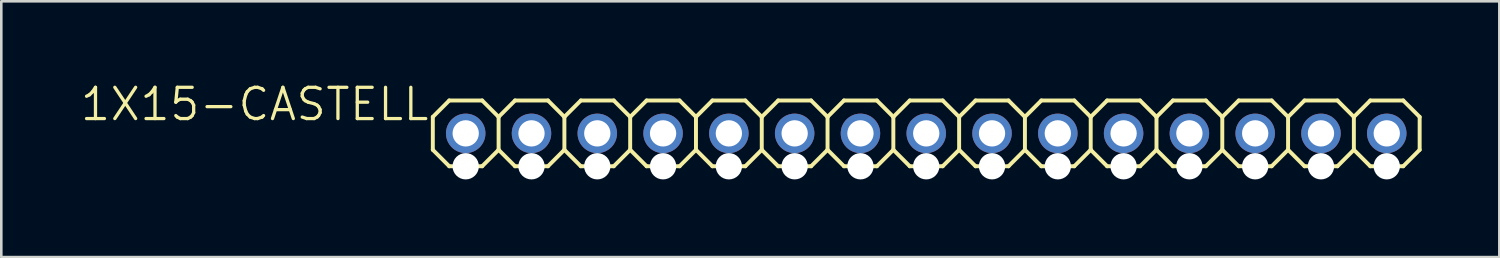
<source format=kicad_pcb>
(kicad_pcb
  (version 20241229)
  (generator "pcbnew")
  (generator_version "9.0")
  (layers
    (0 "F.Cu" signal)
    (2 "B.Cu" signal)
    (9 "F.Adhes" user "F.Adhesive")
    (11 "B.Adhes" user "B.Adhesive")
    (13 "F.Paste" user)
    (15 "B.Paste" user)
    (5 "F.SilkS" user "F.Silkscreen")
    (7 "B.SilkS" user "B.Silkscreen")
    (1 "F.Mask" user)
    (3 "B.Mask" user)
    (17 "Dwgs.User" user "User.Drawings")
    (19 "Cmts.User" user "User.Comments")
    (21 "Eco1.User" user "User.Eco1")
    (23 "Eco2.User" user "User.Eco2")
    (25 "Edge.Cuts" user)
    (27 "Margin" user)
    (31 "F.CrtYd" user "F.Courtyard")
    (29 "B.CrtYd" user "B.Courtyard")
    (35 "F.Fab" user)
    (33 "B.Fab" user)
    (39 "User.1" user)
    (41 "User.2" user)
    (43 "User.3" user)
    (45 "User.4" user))
  (footprint "1X15-CASTELL"
    (layer "F.Cu")
    (at 32.71 2.099)
    (property "Reference" "1X15-CASTELL" (at -19.126 -1.829 0) (layer "F.SilkS") (effects (font (size 1.206 1.206) (thickness 0.127)) (justify right top)))
    (attr through_hole)
    (fp_line (start -19.05 -0.635) (end -19.05 0.635) (stroke (width 0.152) (type solid)) (layer "F.SilkS"))
    (fp_line (start -19.05 0.635) (end -18.415 1.27) (stroke (width 0.152) (type solid)) (layer "F.SilkS"))
    (fp_line (start -18.415 -1.27) (end -19.05 -0.635) (stroke (width 0.152) (type solid)) (layer "F.SilkS"))
    (fp_line (start -18.415 -1.27) (end -17.145 -1.27) (stroke (width 0.152) (type solid)) (layer "F.SilkS"))
    (fp_line (start -17.145 -1.27) (end -16.51 -0.635) (stroke (width 0.152) (type solid)) (layer "F.SilkS"))
    (fp_line (start -17.145 1.27) (end -18.415 1.27) (stroke (width 0.152) (type solid)) (layer "F.SilkS"))
    (fp_line (start -16.51 -0.635) (end -16.51 0.635) (stroke (width 0.152) (type solid)) (layer "F.SilkS"))
    (fp_line (start -16.51 -0.635) (end -15.875 -1.27) (stroke (width 0.152) (type solid)) (layer "F.SilkS"))
    (fp_line (start -16.51 0.635) (end -17.145 1.27) (stroke (width 0.152) (type solid)) (layer "F.SilkS"))
    (fp_line (start -15.875 -1.27) (end -14.605 -1.27) (stroke (width 0.152) (type solid)) (layer "F.SilkS"))
    (fp_line (start -15.875 1.27) (end -16.51 0.635) (stroke (width 0.152) (type solid)) (layer "F.SilkS"))
    (fp_line (start -14.605 -1.27) (end -13.97 -0.635) (stroke (width 0.152) (type solid)) (layer "F.SilkS"))
    (fp_line (start -14.605 1.27) (end -15.875 1.27) (stroke (width 0.152) (type solid)) (layer "F.SilkS"))
    (fp_line (start -13.97 -0.635) (end -13.97 0.635) (stroke (width 0.152) (type solid)) (layer "F.SilkS"))
    (fp_line (start -13.97 -0.635) (end -13.335 -1.27) (stroke (width 0.152) (type solid)) (layer "F.SilkS"))
    (fp_line (start -13.97 0.635) (end -14.605 1.27) (stroke (width 0.152) (type solid)) (layer "F.SilkS"))
    (fp_line (start -13.335 -1.27) (end -12.065 -1.27) (stroke (width 0.152) (type solid)) (layer "F.SilkS"))
    (fp_line (start -13.335 1.27) (end -13.97 0.635) (stroke (width 0.152) (type solid)) (layer "F.SilkS"))
    (fp_line (start -12.065 -1.27) (end -11.43 -0.635) (stroke (width 0.152) (type solid)) (layer "F.SilkS"))
    (fp_line (start -12.065 1.27) (end -13.335 1.27) (stroke (width 0.152) (type solid)) (layer "F.SilkS"))
    (fp_line (start -11.43 -0.635) (end -11.43 0.635) (stroke (width 0.152) (type solid)) (layer "F.SilkS"))
    (fp_line (start -11.43 0.635) (end -12.065 1.27) (stroke (width 0.152) (type solid)) (layer "F.SilkS"))
    (fp_line (start -11.43 0.635) (end -10.795 1.27) (stroke (width 0.152) (type solid)) (layer "F.SilkS"))
    (fp_line (start -10.795 -1.27) (end -11.43 -0.635) (stroke (width 0.152) (type solid)) (layer "F.SilkS"))
    (fp_line (start -10.795 -1.27) (end -9.525 -1.27) (stroke (width 0.152) (type solid)) (layer "F.SilkS"))
    (fp_line (start -9.525 -1.27) (end -8.89 -0.635) (stroke (width 0.152) (type solid)) (layer "F.SilkS"))
    (fp_line (start -9.525 1.27) (end -10.795 1.27) (stroke (width 0.152) (type solid)) (layer "F.SilkS"))
    (fp_line (start -8.89 -0.635) (end -8.89 0.635) (stroke (width 0.152) (type solid)) (layer "F.SilkS"))
    (fp_line (start -8.89 -0.635) (end -8.255 -1.27) (stroke (width 0.152) (type solid)) (layer "F.SilkS"))
    (fp_line (start -8.89 0.635) (end -9.525 1.27) (stroke (width 0.152) (type solid)) (layer "F.SilkS"))
    (fp_line (start -8.255 -1.27) (end -6.985 -1.27) (stroke (width 0.152) (type solid)) (layer "F.SilkS"))
    (fp_line (start -8.255 1.27) (end -8.89 0.635) (stroke (width 0.152) (type solid)) (layer "F.SilkS"))
    (fp_line (start -6.985 -1.27) (end -6.35 -0.635) (stroke (width 0.152) (type solid)) (layer "F.SilkS"))
    (fp_line (start -6.985 1.27) (end -8.255 1.27) (stroke (width 0.152) (type solid)) (layer "F.SilkS"))
    (fp_line (start -6.35 -0.635) (end -6.35 0.635) (stroke (width 0.152) (type solid)) (layer "F.SilkS"))
    (fp_line (start -6.35 -0.635) (end -5.715 -1.27) (stroke (width 0.152) (type solid)) (layer "F.SilkS"))
    (fp_line (start -6.35 0.635) (end -6.985 1.27) (stroke (width 0.152) (type solid)) (layer "F.SilkS"))
    (fp_line (start -5.715 -1.27) (end -4.445 -1.27) (stroke (width 0.152) (type solid)) (layer "F.SilkS"))
    (fp_line (start -5.715 1.27) (end -6.35 0.635) (stroke (width 0.152) (type solid)) (layer "F.SilkS"))
    (fp_line (start -4.445 -1.27) (end -3.81 -0.635) (stroke (width 0.152) (type solid)) (layer "F.SilkS"))
    (fp_line (start -4.445 1.27) (end -5.715 1.27) (stroke (width 0.152) (type solid)) (layer "F.SilkS"))
    (fp_line (start -3.81 -0.635) (end -3.81 0.635) (stroke (width 0.152) (type solid)) (layer "F.SilkS"))
    (fp_line (start -3.81 0.635) (end -4.445 1.27) (stroke (width 0.152) (type solid)) (layer "F.SilkS"))
    (fp_line (start -3.81 0.635) (end -3.175 1.27) (stroke (width 0.152) (type solid)) (layer "F.SilkS"))
    (fp_line (start -3.175 -1.27) (end -3.81 -0.635) (stroke (width 0.152) (type solid)) (layer "F.SilkS"))
    (fp_line (start -3.175 -1.27) (end -1.905 -1.27) (stroke (width 0.152) (type solid)) (layer "F.SilkS"))
    (fp_line (start -1.905 -1.27) (end -1.27 -0.635) (stroke (width 0.152) (type solid)) (layer "F.SilkS"))
    (fp_line (start -1.905 1.27) (end -3.175 1.27) (stroke (width 0.152) (type solid)) (layer "F.SilkS"))
    (fp_line (start -1.27 -0.635) (end -1.27 0.635) (stroke (width 0.152) (type solid)) (layer "F.SilkS"))
    (fp_line (start -1.27 -0.635) (end -0.635 -1.27) (stroke (width 0.152) (type solid)) (layer "F.SilkS"))
    (fp_line (start -1.27 0.635) (end -1.905 1.27) (stroke (width 0.152) (type solid)) (layer "F.SilkS"))
    (fp_line (start -0.635 -1.27) (end 0.635 -1.27) (stroke (width 0.152) (type solid)) (layer "F.SilkS"))
    (fp_line (start -0.635 1.27) (end -1.27 0.635) (stroke (width 0.152) (type solid)) (layer "F.SilkS"))
    (fp_line (start 0.635 -1.27) (end 1.27 -0.635) (stroke (width 0.152) (type solid)) (layer "F.SilkS"))
    (fp_line (start 0.635 1.27) (end -0.635 1.27) (stroke (width 0.152) (type solid)) (layer "F.SilkS"))
    (fp_line (start 1.27 -0.635) (end 1.27 0.635) (stroke (width 0.152) (type solid)) (layer "F.SilkS"))
    (fp_line (start 1.27 -0.635) (end 1.905 -1.27) (stroke (width 0.152) (type solid)) (layer "F.SilkS"))
    (fp_line (start 1.27 0.635) (end 0.635 1.27) (stroke (width 0.152) (type solid)) (layer "F.SilkS"))
    (fp_line (start 1.905 -1.27) (end 3.175 -1.27) (stroke (width 0.152) (type solid)) (layer "F.SilkS"))
    (fp_line (start 1.905 1.27) (end 1.27 0.635) (stroke (width 0.152) (type solid)) (layer "F.SilkS"))
    (fp_line (start 3.175 -1.27) (end 3.81 -0.635) (stroke (width 0.152) (type solid)) (layer "F.SilkS"))
    (fp_line (start 3.175 1.27) (end 1.905 1.27) (stroke (width 0.152) (type solid)) (layer "F.SilkS"))
    (fp_line (start 3.81 -0.635) (end 3.81 0.635) (stroke (width 0.152) (type solid)) (layer "F.SilkS"))
    (fp_line (start 3.81 0.635) (end 3.175 1.27) (stroke (width 0.152) (type solid)) (layer "F.SilkS"))
    (fp_line (start 3.81 0.635) (end 4.445 1.27) (stroke (width 0.152) (type solid)) (layer "F.SilkS"))
    (fp_line (start 4.445 -1.27) (end 3.81 -0.635) (stroke (width 0.152) (type solid)) (layer "F.SilkS"))
    (fp_line (start 4.445 -1.27) (end 5.715 -1.27) (stroke (width 0.152) (type solid)) (layer "F.SilkS"))
    (fp_line (start 5.715 -1.27) (end 6.35 -0.635) (stroke (width 0.152) (type solid)) (layer "F.SilkS"))
    (fp_line (start 5.715 1.27) (end 4.445 1.27) (stroke (width 0.152) (type solid)) (layer "F.SilkS"))
    (fp_line (start 6.35 -0.635) (end 6.35 0.635) (stroke (width 0.152) (type solid)) (layer "F.SilkS"))
    (fp_line (start 6.35 -0.635) (end 6.985 -1.27) (stroke (width 0.152) (type solid)) (layer "F.SilkS"))
    (fp_line (start 6.35 0.635) (end 5.715 1.27) (stroke (width 0.152) (type solid)) (layer "F.SilkS"))
    (fp_line (start 6.985 -1.27) (end 8.255 -1.27) (stroke (width 0.152) (type solid)) (layer "F.SilkS"))
    (fp_line (start 6.985 1.27) (end 6.35 0.635) (stroke (width 0.152) (type solid)) (layer "F.SilkS"))
    (fp_line (start 8.255 -1.27) (end 8.89 -0.635) (stroke (width 0.152) (type solid)) (layer "F.SilkS"))
    (fp_line (start 8.255 1.27) (end 6.985 1.27) (stroke (width 0.152) (type solid)) (layer "F.SilkS"))
    (fp_line (start 8.89 -0.635) (end 8.89 0.635) (stroke (width 0.152) (type solid)) (layer "F.SilkS"))
    (fp_line (start 8.89 -0.635) (end 9.525 -1.27) (stroke (width 0.152) (type solid)) (layer "F.SilkS"))
    (fp_line (start 8.89 0.635) (end 8.255 1.27) (stroke (width 0.152) (type solid)) (layer "F.SilkS"))
    (fp_line (start 9.525 -1.27) (end 10.795 -1.27) (stroke (width 0.152) (type solid)) (layer "F.SilkS"))
    (fp_line (start 9.525 1.27) (end 8.89 0.635) (stroke (width 0.152) (type solid)) (layer "F.SilkS"))
    (fp_line (start 10.795 -1.27) (end 11.43 -0.635) (stroke (width 0.152) (type solid)) (layer "F.SilkS"))
    (fp_line (start 10.795 1.27) (end 9.525 1.27) (stroke (width 0.152) (type solid)) (layer "F.SilkS"))
    (fp_line (start 11.43 -0.635) (end 11.43 0.635) (stroke (width 0.152) (type solid)) (layer "F.SilkS"))
    (fp_line (start 11.43 0.635) (end 10.795 1.27) (stroke (width 0.152) (type solid)) (layer "F.SilkS"))
    (fp_line (start 11.43 0.635) (end 12.065 1.27) (stroke (width 0.152) (type solid)) (layer "F.SilkS"))
    (fp_line (start 12.065 -1.27) (end 11.43 -0.635) (stroke (width 0.152) (type solid)) (layer "F.SilkS"))
    (fp_line (start 12.065 -1.27) (end 13.335 -1.27) (stroke (width 0.152) (type solid)) (layer "F.SilkS"))
    (fp_line (start 13.335 -1.27) (end 13.97 -0.635) (stroke (width 0.152) (type solid)) (layer "F.SilkS"))
    (fp_line (start 13.335 1.27) (end 12.065 1.27) (stroke (width 0.152) (type solid)) (layer "F.SilkS"))
    (fp_line (start 13.97 -0.635) (end 13.97 0.635) (stroke (width 0.152) (type solid)) (layer "F.SilkS"))
    (fp_line (start 13.97 -0.635) (end 14.605 -1.27) (stroke (width 0.152) (type solid)) (layer "F.SilkS"))
    (fp_line (start 13.97 0.635) (end 13.335 1.27) (stroke (width 0.152) (type solid)) (layer "F.SilkS"))
    (fp_line (start 14.605 -1.27) (end 15.875 -1.27) (stroke (width 0.152) (type solid)) (layer "F.SilkS"))
    (fp_line (start 14.605 1.27) (end 13.97 0.635) (stroke (width 0.152) (type solid)) (layer "F.SilkS"))
    (fp_line (start 15.875 -1.27) (end 16.51 -0.635) (stroke (width 0.152) (type solid)) (layer "F.SilkS"))
    (fp_line (start 15.875 1.27) (end 14.605 1.27) (stroke (width 0.152) (type solid)) (layer "F.SilkS"))
    (fp_line (start 16.51 -0.635) (end 16.51 0.635) (stroke (width 0.152) (type solid)) (layer "F.SilkS"))
    (fp_line (start 16.51 -0.635) (end 17.145 -1.27) (stroke (width 0.152) (type solid)) (layer "F.SilkS"))
    (fp_line (start 16.51 0.635) (end 15.875 1.27) (stroke (width 0.152) (type solid)) (layer "F.SilkS"))
    (fp_line (start 17.145 -1.27) (end 18.415 -1.27) (stroke (width 0.152) (type solid)) (layer "F.SilkS"))
    (fp_line (start 17.145 1.27) (end 16.51 0.635) (stroke (width 0.152) (type solid)) (layer "F.SilkS"))
    (fp_line (start 18.415 -1.27) (end 19.05 -0.635) (stroke (width 0.152) (type solid)) (layer "F.SilkS"))
    (fp_line (start 18.415 1.27) (end 17.145 1.27) (stroke (width 0.152) (type solid)) (layer "F.SilkS"))
    (fp_line (start 19.05 -0.635) (end 19.05 0.635) (stroke (width 0.152) (type solid)) (layer "F.SilkS"))
    (fp_line (start 19.05 0.635) (end 18.415 1.27) (stroke (width 0.152) (type solid)) (layer "F.SilkS"))
    (fp_poly (pts (xy -18.034 0.254) (xy -17.526 0.254) (xy -17.526 -0.254) (xy -18.034 -0.254)) (stroke (width 0.1) (type solid)) (fill no) (layer "F.Fab"))
    (fp_poly (pts (xy -15.494 0.254) (xy -14.986 0.254) (xy -14.986 -0.254) (xy -15.494 -0.254)) (stroke (width 0.1) (type solid)) (fill no) (layer "F.Fab"))
    (fp_poly (pts (xy -12.954 0.254) (xy -12.446 0.254) (xy -12.446 -0.254) (xy -12.954 -0.254)) (stroke (width 0.1) (type solid)) (fill no) (layer "F.Fab"))
    (fp_poly (pts (xy -10.414 0.254) (xy -9.906 0.254) (xy -9.906 -0.254) (xy -10.414 -0.254)) (stroke (width 0.1) (type solid)) (fill no) (layer "F.Fab"))
    (fp_poly (pts (xy -7.874 0.254) (xy -7.366 0.254) (xy -7.366 -0.254) (xy -7.874 -0.254)) (stroke (width 0.1) (type solid)) (fill no) (layer "F.Fab"))
    (fp_poly (pts (xy -5.334 0.254) (xy -4.826 0.254) (xy -4.826 -0.254) (xy -5.334 -0.254)) (stroke (width 0.1) (type solid)) (fill no) (layer "F.Fab"))
    (fp_poly (pts (xy -2.794 0.254) (xy -2.286 0.254) (xy -2.286 -0.254) (xy -2.794 -0.254)) (stroke (width 0.1) (type solid)) (fill no) (layer "F.Fab"))
    (fp_poly (pts (xy -0.254 0.254) (xy 0.254 0.254) (xy 0.254 -0.254) (xy -0.254 -0.254)) (stroke (width 0.1) (type solid)) (fill no) (layer "F.Fab"))
    (fp_poly (pts (xy 2.286 0.254) (xy 2.794 0.254) (xy 2.794 -0.254) (xy 2.286 -0.254)) (stroke (width 0.1) (type solid)) (fill no) (layer "F.Fab"))
    (fp_poly (pts (xy 4.826 0.254) (xy 5.334 0.254) (xy 5.334 -0.254) (xy 4.826 -0.254)) (stroke (width 0.1) (type solid)) (fill no) (layer "F.Fab"))
    (fp_poly (pts (xy 7.366 0.254) (xy 7.874 0.254) (xy 7.874 -0.254) (xy 7.366 -0.254)) (stroke (width 0.1) (type solid)) (fill no) (layer "F.Fab"))
    (fp_poly (pts (xy 9.906 0.254) (xy 10.414 0.254) (xy 10.414 -0.254) (xy 9.906 -0.254)) (stroke (width 0.1) (type solid)) (fill no) (layer "F.Fab"))
    (fp_poly (pts (xy 12.446 0.254) (xy 12.954 0.254) (xy 12.954 -0.254) (xy 12.446 -0.254)) (stroke (width 0.1) (type solid)) (fill no) (layer "F.Fab"))
    (fp_poly (pts (xy 14.986 0.254) (xy 15.494 0.254) (xy 15.494 -0.254) (xy 14.986 -0.254)) (stroke (width 0.1) (type solid)) (fill no) (layer "F.Fab"))
    (fp_poly (pts (xy 17.526 0.254) (xy 18.034 0.254) (xy 18.034 -0.254) (xy 17.526 -0.254)) (stroke (width 0.1) (type solid)) (fill no) (layer "F.Fab"))
    (pad "" np_thru_hole circle (at -17.78 1.27) (size 1.016 1.016) (drill 1.016) (layers "*.Cu" "*.Mask"))
    (pad "" np_thru_hole circle (at -15.24 1.27) (size 1.016 1.016) (drill 1.016) (layers "*.Cu" "*.Mask"))
    (pad "" np_thru_hole circle (at -12.7 1.27) (size 1.016 1.016) (drill 1.016) (layers "*.Cu" "*.Mask"))
    (pad "" np_thru_hole circle (at -10.16 1.27) (size 1.016 1.016) (drill 1.016) (layers "*.Cu" "*.Mask"))
    (pad "" np_thru_hole circle (at -7.62 1.27) (size 1.016 1.016) (drill 1.016) (layers "*.Cu" "*.Mask"))
    (pad "" np_thru_hole circle (at -5.08 1.27) (size 1.016 1.016) (drill 1.016) (layers "*.Cu" "*.Mask"))
    (pad "" np_thru_hole circle (at -2.54 1.27) (size 1.016 1.016) (drill 1.016) (layers "*.Cu" "*.Mask"))
    (pad "" np_thru_hole circle (at 0 1.27) (size 1.016 1.016) (drill 1.016) (layers "*.Cu" "*.Mask"))
    (pad "" np_thru_hole circle (at 2.54 1.27) (size 1.016 1.016) (drill 1.016) (layers "*.Cu" "*.Mask"))
    (pad "" np_thru_hole circle (at 5.08 1.27) (size 1.016 1.016) (drill 1.016) (layers "*.Cu" "*.Mask"))
    (pad "" np_thru_hole circle (at 7.62 1.27) (size 1.016 1.016) (drill 1.016) (layers "*.Cu" "*.Mask"))
    (pad "" np_thru_hole circle (at 10.16 1.27) (size 1.016 1.016) (drill 1.016) (layers "*.Cu" "*.Mask"))
    (pad "" np_thru_hole circle (at 12.7 1.27) (size 1.016 1.016) (drill 1.016) (layers "*.Cu" "*.Mask"))
    (pad "" np_thru_hole circle (at 15.24 1.27) (size 1.016 1.016) (drill 1.016) (layers "*.Cu" "*.Mask"))
    (pad "" np_thru_hole circle (at 17.78 1.27) (size 1.016 1.016) (drill 1.016) (layers "*.Cu" "*.Mask"))
    (pad "1" thru_hole circle (at -17.78 0 270) (size 1.524 1.524) (drill 1.016) (layers "*.Cu" "*.Mask"))
    (pad "2" thru_hole circle (at -15.24 0 270) (size 1.524 1.524) (drill 1.016) (layers "*.Cu" "*.Mask"))
    (pad "3" thru_hole circle (at -12.7 0 270) (size 1.524 1.524) (drill 1.016) (layers "*.Cu" "*.Mask"))
    (pad "4" thru_hole circle (at -10.16 0 270) (size 1.524 1.524) (drill 1.016) (layers "*.Cu" "*.Mask"))
    (pad "5" thru_hole circle (at -7.62 0 270) (size 1.524 1.524) (drill 1.016) (layers "*.Cu" "*.Mask"))
    (pad "6" thru_hole circle (at -5.08 0 270) (size 1.524 1.524) (drill 1.016) (layers "*.Cu" "*.Mask"))
    (pad "7" thru_hole circle (at -2.54 0 270) (size 1.524 1.524) (drill 1.016) (layers "*.Cu" "*.Mask"))
    (pad "8" thru_hole circle (at 0 0 270) (size 1.524 1.524) (drill 1.016) (layers "*.Cu" "*.Mask"))
    (pad "9" thru_hole circle (at 2.54 0 270) (size 1.524 1.524) (drill 1.016) (layers "*.Cu" "*.Mask"))
    (pad "10" thru_hole circle (at 5.08 0 270) (size 1.524 1.524) (drill 1.016) (layers "*.Cu" "*.Mask"))
    (pad "11" thru_hole circle (at 7.62 0 270) (size 1.524 1.524) (drill 1.016) (layers "*.Cu" "*.Mask"))
    (pad "12" thru_hole circle (at 10.16 0 270) (size 1.524 1.524) (drill 1.016) (layers "*.Cu" "*.Mask"))
    (pad "13" thru_hole circle (at 12.7 0 270) (size 1.524 1.524) (drill 1.016) (layers "*.Cu" "*.Mask"))
    (pad "14" thru_hole circle (at 15.24 0 270) (size 1.524 1.524) (drill 1.016) (layers "*.Cu" "*.Mask"))
    (pad "15" thru_hole circle (at 17.78 0 270) (size 1.524 1.524) (drill 1.016) (layers "*.Cu" "*.Mask")))
  (gr_rect
    (start -3 -3)
    (end 54.836 6.877)
    (stroke (width 0.1) (type default))
    (fill no)
    (layer "Edge.Cuts")))
</source>
